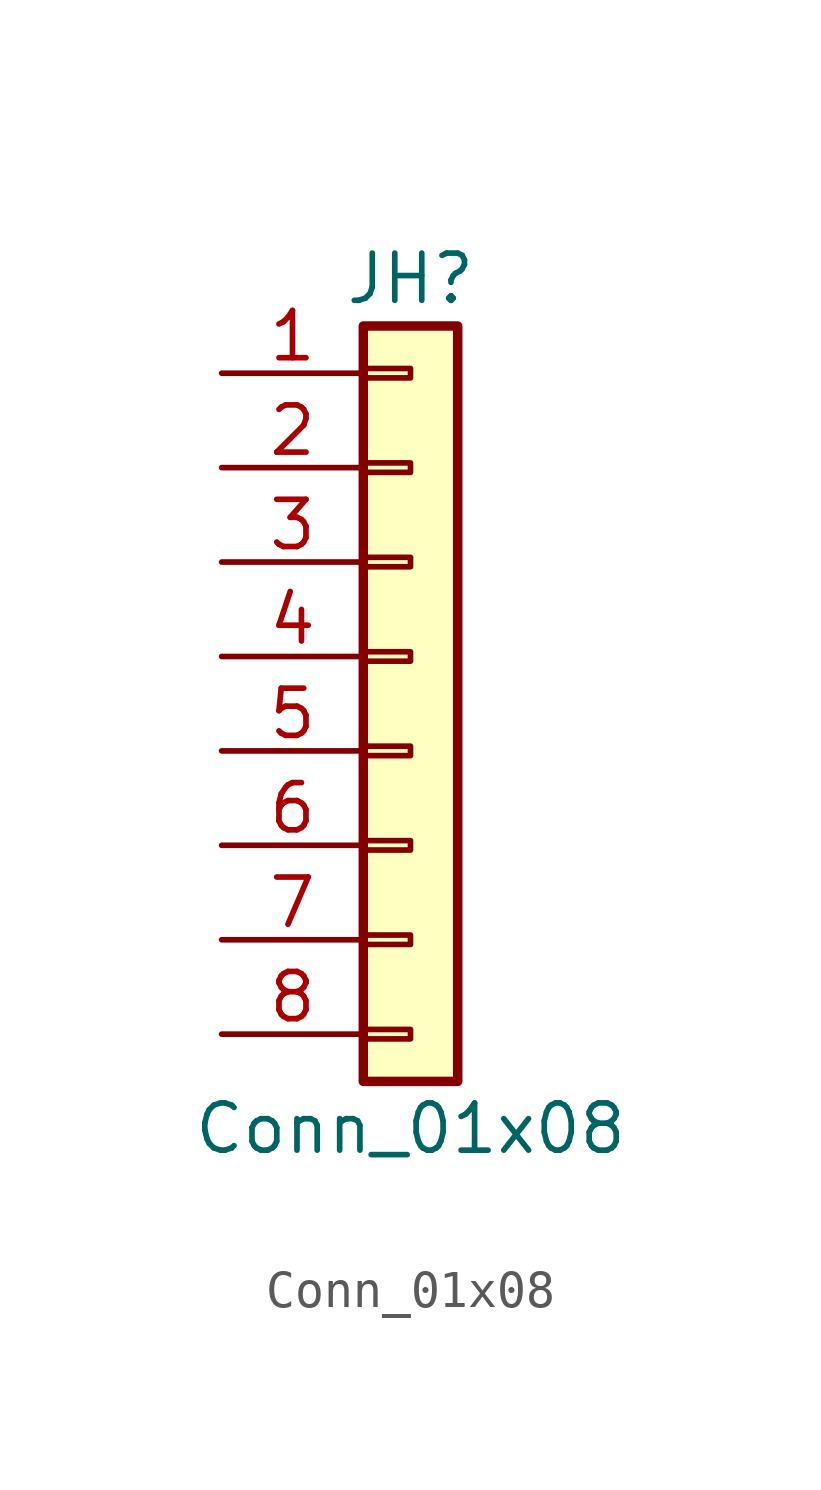
<source format=kicad_sym>
(kicad_symbol_lib
  (version 20220914)
  (generator kicad_symbol_editor)
  (symbol "Conn_01x08"
    (pin_names
      (offset 1.016) hide)
    (property "Reference" "JH"
      (at 0 10.16 0)
      (effects (font (size 1.27 1.27))))
    (property "Value" "Conn_01x08"
      (at 0 -12.7 0)
      (effects (font (size 1.27 1.27))))
    (symbol "Conn_01x08_1_1"
      (rectangle (start -1.27 -10.033) (end 0 -10.287) (stroke (width 0.152) (type default)) (fill (type none)))
      (rectangle (start -1.27 -7.493) (end 0 -7.747) (stroke (width 0.152) (type default)) (fill (type none)))
      (rectangle (start -1.27 -4.953) (end 0 -5.207) (stroke (width 0.152) (type default)) (fill (type none)))
      (rectangle (start -1.27 -2.413) (end 0 -2.667) (stroke (width 0.152) (type default)) (fill (type none)))
      (rectangle (start -1.27 0.127) (end 0 -0.127) (stroke (width 0.152) (type default)) (fill (type none)))
      (rectangle (start -1.27 2.667) (end 0 2.413) (stroke (width 0.152) (type default)) (fill (type none)))
      (rectangle (start -1.27 5.207) (end 0 4.953) (stroke (width 0.152) (type default)) (fill (type none)))
      (rectangle (start -1.27 7.747) (end 0 7.493) (stroke (width 0.152) (type default)) (fill (type none)))
      (rectangle (start -1.27 8.89) (end 1.27 -11.43) (stroke (width 0.254) (type default)) (fill (type background)))
      (pin power_out line (at -5.08 7.62 0) (length 3.81) (name "Pin_1" (effects (font (size 1.27 1.27)))) (number "1" (effects (font (size 1.27 1.27)))))
      (pin power_out line (at -5.08 5.08 0) (length 3.81) (name "Pin_2" (effects (font (size 1.27 1.27)))) (number "2" (effects (font (size 1.27 1.27)))))
      (pin power_out line (at -5.08 2.54 0) (length 3.81) (name "Pin_3" (effects (font (size 1.27 1.27)))) (number "3" (effects (font (size 1.27 1.27)))))
      (pin power_out line (at -5.08 0 0) (length 3.81) (name "Pin_4" (effects (font (size 1.27 1.27)))) (number "4" (effects (font (size 1.27 1.27)))))
      (pin power_out line (at -5.08 -2.54 0) (length 3.81) (name "Pin_5" (effects (font (size 1.27 1.27)))) (number "5" (effects (font (size 1.27 1.27)))))
      (pin passive line (at -5.08 -5.08 0) (length 3.81) (name "Pin_6" (effects (font (size 1.27 1.27)))) (number "6" (effects (font (size 1.27 1.27)))))
      (pin passive line (at -5.08 -7.62 0) (length 3.81) (name "Pin_7" (effects (font (size 1.27 1.27)))) (number "7" (effects (font (size 1.27 1.27)))))
      (pin passive line (at -5.08 -10.16 0) (length 3.81) (name "Pin_8" (effects (font (size 1.27 1.27)))) (number "8" (effects (font (size 1.27 1.27))))))))
</source>
